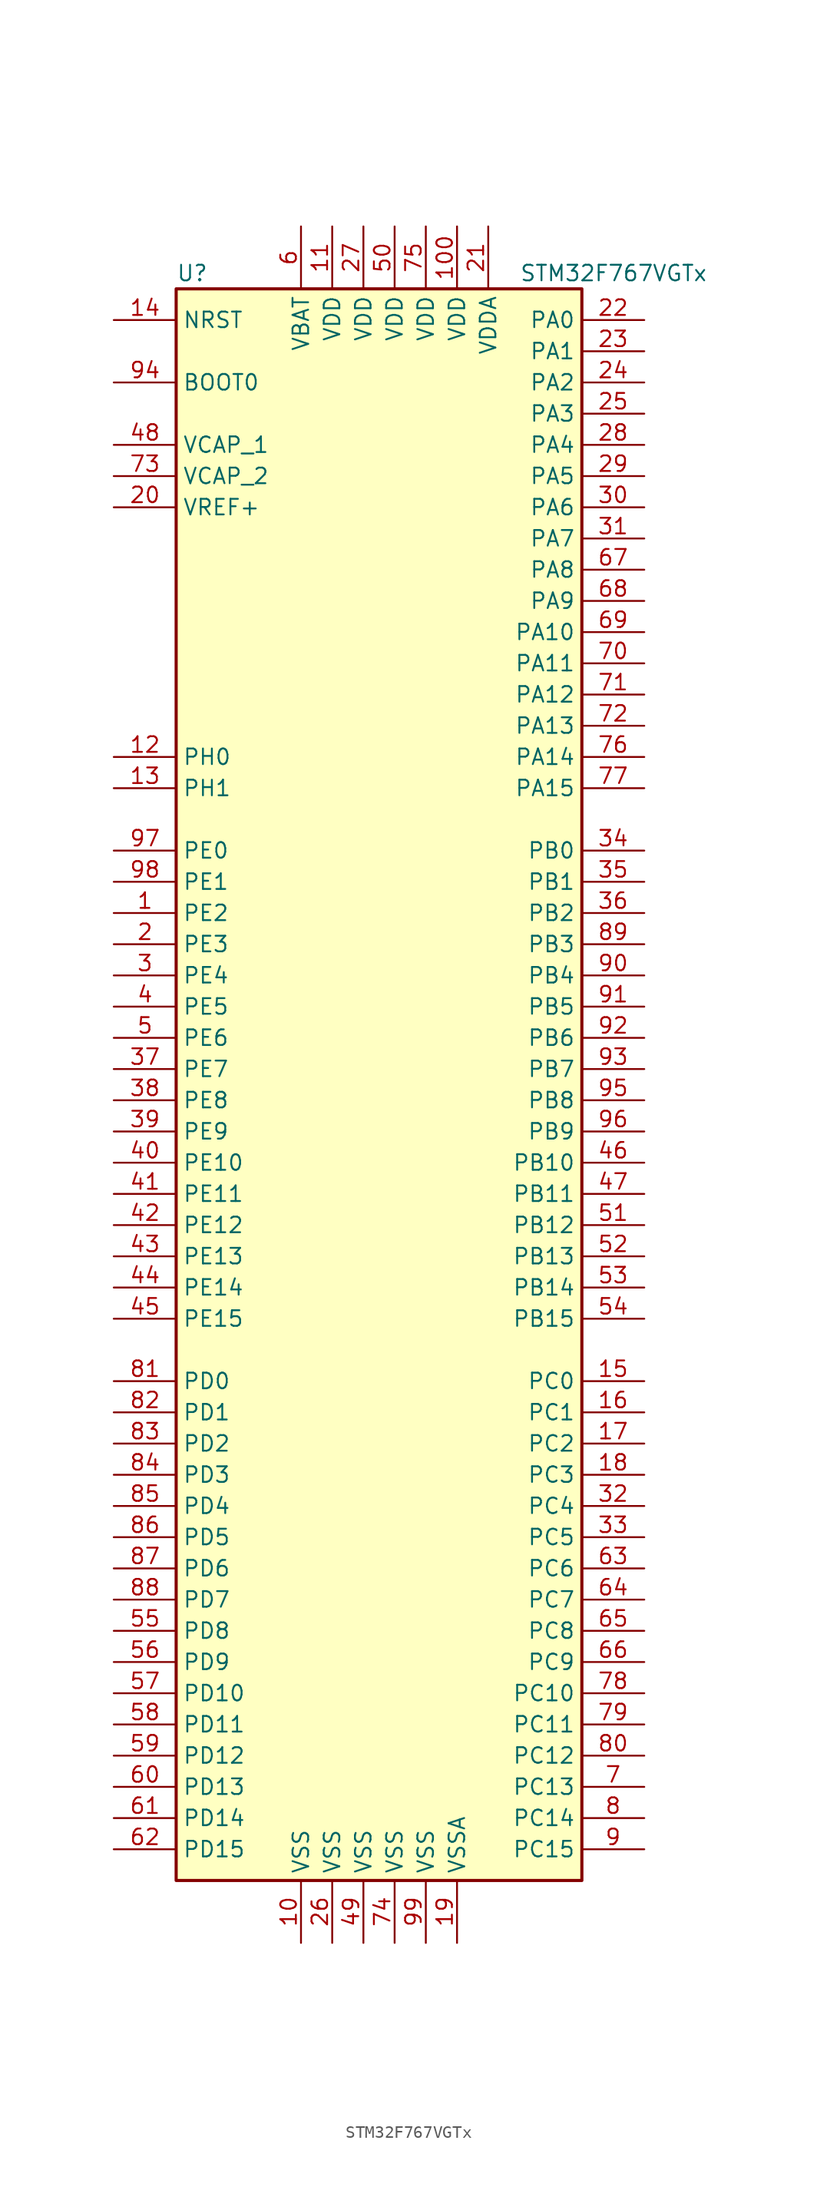
<source format=kicad_sym>
(kicad_symbol_lib
  (version 20220914)
  (generator kicad_symbol_editor)
  (symbol "STM32F767VGTx"
    (property "Reference" "U"
      (at -17.78 64.77 0)
      (effects (font (size 1.27 1.27)) (justify left)))
    (property "Value" "STM32F767VGTx"
      (at 10.16 64.77 0)
      (effects (font (size 1.27 1.27)) (justify left)))
    (symbol "STM32F767VGTx_0_1"
      (rectangle (start -17.78 -66.04) (end 15.24 63.5) (stroke (width 0.254) (type default)) (fill (type background))))
    (symbol "STM32F767VGTx_1_1"
      (pin bidirectional line (at -22.86 12.7 0) (length 5.08) (name "PE2" (effects (font (size 1.27 1.27)))) (number "1" (effects (font (size 1.27 1.27)))))
      (pin power_in line (at -7.62 -71.12 90) (length 5.08) (name "VSS" (effects (font (size 1.27 1.27)))) (number "10" (effects (font (size 1.27 1.27)))))
      (pin power_in line (at 5.08 68.58 270) (length 5.08) (name "VDD" (effects (font (size 1.27 1.27)))) (number "100" (effects (font (size 1.27 1.27)))))
      (pin power_in line (at -5.08 68.58 270) (length 5.08) (name "VDD" (effects (font (size 1.27 1.27)))) (number "11" (effects (font (size 1.27 1.27)))))
      (pin input line (at -22.86 25.4 0) (length 5.08) (name "PH0" (effects (font (size 1.27 1.27)))) (number "12" (effects (font (size 1.27 1.27)))))
      (pin input line (at -22.86 22.86 0) (length 5.08) (name "PH1" (effects (font (size 1.27 1.27)))) (number "13" (effects (font (size 1.27 1.27)))))
      (pin input line (at -22.86 60.96 0) (length 5.08) (name "NRST" (effects (font (size 1.27 1.27)))) (number "14" (effects (font (size 1.27 1.27)))))
      (pin bidirectional line (at 20.32 -25.4 180) (length 5.08) (name "PC0" (effects (font (size 1.27 1.27)))) (number "15" (effects (font (size 1.27 1.27)))))
      (pin bidirectional line (at 20.32 -27.94 180) (length 5.08) (name "PC1" (effects (font (size 1.27 1.27)))) (number "16" (effects (font (size 1.27 1.27)))))
      (pin bidirectional line (at 20.32 -30.48 180) (length 5.08) (name "PC2" (effects (font (size 1.27 1.27)))) (number "17" (effects (font (size 1.27 1.27)))))
      (pin bidirectional line (at 20.32 -33.02 180) (length 5.08) (name "PC3" (effects (font (size 1.27 1.27)))) (number "18" (effects (font (size 1.27 1.27)))))
      (pin power_in line (at 5.08 -71.12 90) (length 5.08) (name "VSSA" (effects (font (size 1.27 1.27)))) (number "19" (effects (font (size 1.27 1.27)))))
      (pin bidirectional line (at -22.86 10.16 0) (length 5.08) (name "PE3" (effects (font (size 1.27 1.27)))) (number "2" (effects (font (size 1.27 1.27)))))
      (pin power_in line (at -22.86 45.72 0) (length 5.08) (name "VREF+" (effects (font (size 1.27 1.27)))) (number "20" (effects (font (size 1.27 1.27)))))
      (pin power_in line (at 7.62 68.58 270) (length 5.08) (name "VDDA" (effects (font (size 1.27 1.27)))) (number "21" (effects (font (size 1.27 1.27)))))
      (pin bidirectional line (at 20.32 60.96 180) (length 5.08) (name "PA0" (effects (font (size 1.27 1.27)))) (number "22" (effects (font (size 1.27 1.27)))))
      (pin bidirectional line (at 20.32 58.42 180) (length 5.08) (name "PA1" (effects (font (size 1.27 1.27)))) (number "23" (effects (font (size 1.27 1.27)))))
      (pin bidirectional line (at 20.32 55.88 180) (length 5.08) (name "PA2" (effects (font (size 1.27 1.27)))) (number "24" (effects (font (size 1.27 1.27)))))
      (pin bidirectional line (at 20.32 53.34 180) (length 5.08) (name "PA3" (effects (font (size 1.27 1.27)))) (number "25" (effects (font (size 1.27 1.27)))))
      (pin power_in line (at -5.08 -71.12 90) (length 5.08) (name "VSS" (effects (font (size 1.27 1.27)))) (number "26" (effects (font (size 1.27 1.27)))))
      (pin power_in line (at -2.54 68.58 270) (length 5.08) (name "VDD" (effects (font (size 1.27 1.27)))) (number "27" (effects (font (size 1.27 1.27)))))
      (pin bidirectional line (at 20.32 50.8 180) (length 5.08) (name "PA4" (effects (font (size 1.27 1.27)))) (number "28" (effects (font (size 1.27 1.27)))))
      (pin bidirectional line (at 20.32 48.26 180) (length 5.08) (name "PA5" (effects (font (size 1.27 1.27)))) (number "29" (effects (font (size 1.27 1.27)))))
      (pin bidirectional line (at -22.86 7.62 0) (length 5.08) (name "PE4" (effects (font (size 1.27 1.27)))) (number "3" (effects (font (size 1.27 1.27)))))
      (pin bidirectional line (at 20.32 45.72 180) (length 5.08) (name "PA6" (effects (font (size 1.27 1.27)))) (number "30" (effects (font (size 1.27 1.27)))))
      (pin bidirectional line (at 20.32 43.18 180) (length 5.08) (name "PA7" (effects (font (size 1.27 1.27)))) (number "31" (effects (font (size 1.27 1.27)))))
      (pin bidirectional line (at 20.32 -35.56 180) (length 5.08) (name "PC4" (effects (font (size 1.27 1.27)))) (number "32" (effects (font (size 1.27 1.27)))))
      (pin bidirectional line (at 20.32 -38.1 180) (length 5.08) (name "PC5" (effects (font (size 1.27 1.27)))) (number "33" (effects (font (size 1.27 1.27)))))
      (pin bidirectional line (at 20.32 17.78 180) (length 5.08) (name "PB0" (effects (font (size 1.27 1.27)))) (number "34" (effects (font (size 1.27 1.27)))))
      (pin bidirectional line (at 20.32 15.24 180) (length 5.08) (name "PB1" (effects (font (size 1.27 1.27)))) (number "35" (effects (font (size 1.27 1.27)))))
      (pin bidirectional line (at 20.32 12.7 180) (length 5.08) (name "PB2" (effects (font (size 1.27 1.27)))) (number "36" (effects (font (size 1.27 1.27)))))
      (pin bidirectional line (at -22.86 0 0) (length 5.08) (name "PE7" (effects (font (size 1.27 1.27)))) (number "37" (effects (font (size 1.27 1.27)))))
      (pin bidirectional line (at -22.86 -2.54 0) (length 5.08) (name "PE8" (effects (font (size 1.27 1.27)))) (number "38" (effects (font (size 1.27 1.27)))))
      (pin bidirectional line (at -22.86 -5.08 0) (length 5.08) (name "PE9" (effects (font (size 1.27 1.27)))) (number "39" (effects (font (size 1.27 1.27)))))
      (pin bidirectional line (at -22.86 5.08 0) (length 5.08) (name "PE5" (effects (font (size 1.27 1.27)))) (number "4" (effects (font (size 1.27 1.27)))))
      (pin bidirectional line (at -22.86 -7.62 0) (length 5.08) (name "PE10" (effects (font (size 1.27 1.27)))) (number "40" (effects (font (size 1.27 1.27)))))
      (pin bidirectional line (at -22.86 -10.16 0) (length 5.08) (name "PE11" (effects (font (size 1.27 1.27)))) (number "41" (effects (font (size 1.27 1.27)))))
      (pin bidirectional line (at -22.86 -12.7 0) (length 5.08) (name "PE12" (effects (font (size 1.27 1.27)))) (number "42" (effects (font (size 1.27 1.27)))))
      (pin bidirectional line (at -22.86 -15.24 0) (length 5.08) (name "PE13" (effects (font (size 1.27 1.27)))) (number "43" (effects (font (size 1.27 1.27)))))
      (pin bidirectional line (at -22.86 -17.78 0) (length 5.08) (name "PE14" (effects (font (size 1.27 1.27)))) (number "44" (effects (font (size 1.27 1.27)))))
      (pin bidirectional line (at -22.86 -20.32 0) (length 5.08) (name "PE15" (effects (font (size 1.27 1.27)))) (number "45" (effects (font (size 1.27 1.27)))))
      (pin bidirectional line (at 20.32 -7.62 180) (length 5.08) (name "PB10" (effects (font (size 1.27 1.27)))) (number "46" (effects (font (size 1.27 1.27)))))
      (pin bidirectional line (at 20.32 -10.16 180) (length 5.08) (name "PB11" (effects (font (size 1.27 1.27)))) (number "47" (effects (font (size 1.27 1.27)))))
      (pin power_in line (at -22.86 50.8 0) (length 5.08) (name "VCAP_1" (effects (font (size 1.27 1.27)))) (number "48" (effects (font (size 1.27 1.27)))))
      (pin power_in line (at -2.54 -71.12 90) (length 5.08) (name "VSS" (effects (font (size 1.27 1.27)))) (number "49" (effects (font (size 1.27 1.27)))))
      (pin bidirectional line (at -22.86 2.54 0) (length 5.08) (name "PE6" (effects (font (size 1.27 1.27)))) (number "5" (effects (font (size 1.27 1.27)))))
      (pin power_in line (at 0 68.58 270) (length 5.08) (name "VDD" (effects (font (size 1.27 1.27)))) (number "50" (effects (font (size 1.27 1.27)))))
      (pin bidirectional line (at 20.32 -12.7 180) (length 5.08) (name "PB12" (effects (font (size 1.27 1.27)))) (number "51" (effects (font (size 1.27 1.27)))))
      (pin bidirectional line (at 20.32 -15.24 180) (length 5.08) (name "PB13" (effects (font (size 1.27 1.27)))) (number "52" (effects (font (size 1.27 1.27)))))
      (pin bidirectional line (at 20.32 -17.78 180) (length 5.08) (name "PB14" (effects (font (size 1.27 1.27)))) (number "53" (effects (font (size 1.27 1.27)))))
      (pin bidirectional line (at 20.32 -20.32 180) (length 5.08) (name "PB15" (effects (font (size 1.27 1.27)))) (number "54" (effects (font (size 1.27 1.27)))))
      (pin bidirectional line (at -22.86 -45.72 0) (length 5.08) (name "PD8" (effects (font (size 1.27 1.27)))) (number "55" (effects (font (size 1.27 1.27)))))
      (pin bidirectional line (at -22.86 -48.26 0) (length 5.08) (name "PD9" (effects (font (size 1.27 1.27)))) (number "56" (effects (font (size 1.27 1.27)))))
      (pin bidirectional line (at -22.86 -50.8 0) (length 5.08) (name "PD10" (effects (font (size 1.27 1.27)))) (number "57" (effects (font (size 1.27 1.27)))))
      (pin bidirectional line (at -22.86 -53.34 0) (length 5.08) (name "PD11" (effects (font (size 1.27 1.27)))) (number "58" (effects (font (size 1.27 1.27)))))
      (pin bidirectional line (at -22.86 -55.88 0) (length 5.08) (name "PD12" (effects (font (size 1.27 1.27)))) (number "59" (effects (font (size 1.27 1.27)))))
      (pin power_in line (at -7.62 68.58 270) (length 5.08) (name "VBAT" (effects (font (size 1.27 1.27)))) (number "6" (effects (font (size 1.27 1.27)))))
      (pin bidirectional line (at -22.86 -58.42 0) (length 5.08) (name "PD13" (effects (font (size 1.27 1.27)))) (number "60" (effects (font (size 1.27 1.27)))))
      (pin bidirectional line (at -22.86 -60.96 0) (length 5.08) (name "PD14" (effects (font (size 1.27 1.27)))) (number "61" (effects (font (size 1.27 1.27)))))
      (pin bidirectional line (at -22.86 -63.5 0) (length 5.08) (name "PD15" (effects (font (size 1.27 1.27)))) (number "62" (effects (font (size 1.27 1.27)))))
      (pin bidirectional line (at 20.32 -40.64 180) (length 5.08) (name "PC6" (effects (font (size 1.27 1.27)))) (number "63" (effects (font (size 1.27 1.27)))))
      (pin bidirectional line (at 20.32 -43.18 180) (length 5.08) (name "PC7" (effects (font (size 1.27 1.27)))) (number "64" (effects (font (size 1.27 1.27)))))
      (pin bidirectional line (at 20.32 -45.72 180) (length 5.08) (name "PC8" (effects (font (size 1.27 1.27)))) (number "65" (effects (font (size 1.27 1.27)))))
      (pin bidirectional line (at 20.32 -48.26 180) (length 5.08) (name "PC9" (effects (font (size 1.27 1.27)))) (number "66" (effects (font (size 1.27 1.27)))))
      (pin bidirectional line (at 20.32 40.64 180) (length 5.08) (name "PA8" (effects (font (size 1.27 1.27)))) (number "67" (effects (font (size 1.27 1.27)))))
      (pin bidirectional line (at 20.32 38.1 180) (length 5.08) (name "PA9" (effects (font (size 1.27 1.27)))) (number "68" (effects (font (size 1.27 1.27)))))
      (pin bidirectional line (at 20.32 35.56 180) (length 5.08) (name "PA10" (effects (font (size 1.27 1.27)))) (number "69" (effects (font (size 1.27 1.27)))))
      (pin bidirectional line (at 20.32 -58.42 180) (length 5.08) (name "PC13" (effects (font (size 1.27 1.27)))) (number "7" (effects (font (size 1.27 1.27)))))
      (pin bidirectional line (at 20.32 33.02 180) (length 5.08) (name "PA11" (effects (font (size 1.27 1.27)))) (number "70" (effects (font (size 1.27 1.27)))))
      (pin bidirectional line (at 20.32 30.48 180) (length 5.08) (name "PA12" (effects (font (size 1.27 1.27)))) (number "71" (effects (font (size 1.27 1.27)))))
      (pin bidirectional line (at 20.32 27.94 180) (length 5.08) (name "PA13" (effects (font (size 1.27 1.27)))) (number "72" (effects (font (size 1.27 1.27)))))
      (pin power_in line (at -22.86 48.26 0) (length 5.08) (name "VCAP_2" (effects (font (size 1.27 1.27)))) (number "73" (effects (font (size 1.27 1.27)))))
      (pin power_in line (at 0 -71.12 90) (length 5.08) (name "VSS" (effects (font (size 1.27 1.27)))) (number "74" (effects (font (size 1.27 1.27)))))
      (pin power_in line (at 2.54 68.58 270) (length 5.08) (name "VDD" (effects (font (size 1.27 1.27)))) (number "75" (effects (font (size 1.27 1.27)))))
      (pin bidirectional line (at 20.32 25.4 180) (length 5.08) (name "PA14" (effects (font (size 1.27 1.27)))) (number "76" (effects (font (size 1.27 1.27)))))
      (pin bidirectional line (at 20.32 22.86 180) (length 5.08) (name "PA15" (effects (font (size 1.27 1.27)))) (number "77" (effects (font (size 1.27 1.27)))))
      (pin bidirectional line (at 20.32 -50.8 180) (length 5.08) (name "PC10" (effects (font (size 1.27 1.27)))) (number "78" (effects (font (size 1.27 1.27)))))
      (pin bidirectional line (at 20.32 -53.34 180) (length 5.08) (name "PC11" (effects (font (size 1.27 1.27)))) (number "79" (effects (font (size 1.27 1.27)))))
      (pin bidirectional line (at 20.32 -60.96 180) (length 5.08) (name "PC14" (effects (font (size 1.27 1.27)))) (number "8" (effects (font (size 1.27 1.27)))))
      (pin bidirectional line (at 20.32 -55.88 180) (length 5.08) (name "PC12" (effects (font (size 1.27 1.27)))) (number "80" (effects (font (size 1.27 1.27)))))
      (pin bidirectional line (at -22.86 -25.4 0) (length 5.08) (name "PD0" (effects (font (size 1.27 1.27)))) (number "81" (effects (font (size 1.27 1.27)))))
      (pin bidirectional line (at -22.86 -27.94 0) (length 5.08) (name "PD1" (effects (font (size 1.27 1.27)))) (number "82" (effects (font (size 1.27 1.27)))))
      (pin bidirectional line (at -22.86 -30.48 0) (length 5.08) (name "PD2" (effects (font (size 1.27 1.27)))) (number "83" (effects (font (size 1.27 1.27)))))
      (pin bidirectional line (at -22.86 -33.02 0) (length 5.08) (name "PD3" (effects (font (size 1.27 1.27)))) (number "84" (effects (font (size 1.27 1.27)))))
      (pin bidirectional line (at -22.86 -35.56 0) (length 5.08) (name "PD4" (effects (font (size 1.27 1.27)))) (number "85" (effects (font (size 1.27 1.27)))))
      (pin bidirectional line (at -22.86 -38.1 0) (length 5.08) (name "PD5" (effects (font (size 1.27 1.27)))) (number "86" (effects (font (size 1.27 1.27)))))
      (pin bidirectional line (at -22.86 -40.64 0) (length 5.08) (name "PD6" (effects (font (size 1.27 1.27)))) (number "87" (effects (font (size 1.27 1.27)))))
      (pin bidirectional line (at -22.86 -43.18 0) (length 5.08) (name "PD7" (effects (font (size 1.27 1.27)))) (number "88" (effects (font (size 1.27 1.27)))))
      (pin bidirectional line (at 20.32 10.16 180) (length 5.08) (name "PB3" (effects (font (size 1.27 1.27)))) (number "89" (effects (font (size 1.27 1.27)))))
      (pin bidirectional line (at 20.32 -63.5 180) (length 5.08) (name "PC15" (effects (font (size 1.27 1.27)))) (number "9" (effects (font (size 1.27 1.27)))))
      (pin bidirectional line (at 20.32 7.62 180) (length 5.08) (name "PB4" (effects (font (size 1.27 1.27)))) (number "90" (effects (font (size 1.27 1.27)))))
      (pin bidirectional line (at 20.32 5.08 180) (length 5.08) (name "PB5" (effects (font (size 1.27 1.27)))) (number "91" (effects (font (size 1.27 1.27)))))
      (pin bidirectional line (at 20.32 2.54 180) (length 5.08) (name "PB6" (effects (font (size 1.27 1.27)))) (number "92" (effects (font (size 1.27 1.27)))))
      (pin bidirectional line (at 20.32 0 180) (length 5.08) (name "PB7" (effects (font (size 1.27 1.27)))) (number "93" (effects (font (size 1.27 1.27)))))
      (pin input line (at -22.86 55.88 0) (length 5.08) (name "BOOT0" (effects (font (size 1.27 1.27)))) (number "94" (effects (font (size 1.27 1.27)))))
      (pin bidirectional line (at 20.32 -2.54 180) (length 5.08) (name "PB8" (effects (font (size 1.27 1.27)))) (number "95" (effects (font (size 1.27 1.27)))))
      (pin bidirectional line (at 20.32 -5.08 180) (length 5.08) (name "PB9" (effects (font (size 1.27 1.27)))) (number "96" (effects (font (size 1.27 1.27)))))
      (pin bidirectional line (at -22.86 17.78 0) (length 5.08) (name "PE0" (effects (font (size 1.27 1.27)))) (number "97" (effects (font (size 1.27 1.27)))))
      (pin bidirectional line (at -22.86 15.24 0) (length 5.08) (name "PE1" (effects (font (size 1.27 1.27)))) (number "98" (effects (font (size 1.27 1.27)))))
      (pin power_in line (at 2.54 -71.12 90) (length 5.08) (name "VSS" (effects (font (size 1.27 1.27)))) (number "99" (effects (font (size 1.27 1.27))))))))
</source>
